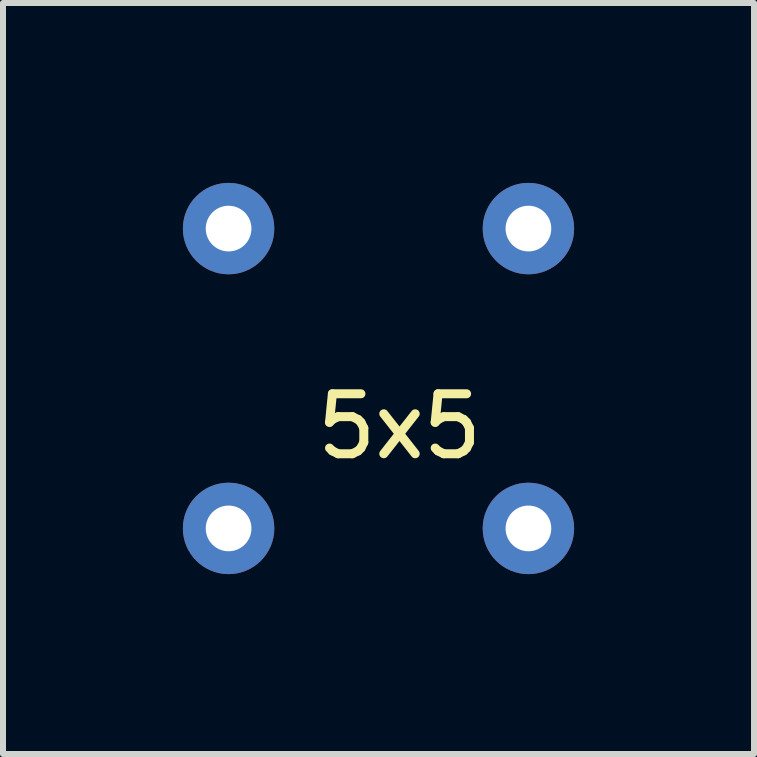
<source format=kicad_pcb>
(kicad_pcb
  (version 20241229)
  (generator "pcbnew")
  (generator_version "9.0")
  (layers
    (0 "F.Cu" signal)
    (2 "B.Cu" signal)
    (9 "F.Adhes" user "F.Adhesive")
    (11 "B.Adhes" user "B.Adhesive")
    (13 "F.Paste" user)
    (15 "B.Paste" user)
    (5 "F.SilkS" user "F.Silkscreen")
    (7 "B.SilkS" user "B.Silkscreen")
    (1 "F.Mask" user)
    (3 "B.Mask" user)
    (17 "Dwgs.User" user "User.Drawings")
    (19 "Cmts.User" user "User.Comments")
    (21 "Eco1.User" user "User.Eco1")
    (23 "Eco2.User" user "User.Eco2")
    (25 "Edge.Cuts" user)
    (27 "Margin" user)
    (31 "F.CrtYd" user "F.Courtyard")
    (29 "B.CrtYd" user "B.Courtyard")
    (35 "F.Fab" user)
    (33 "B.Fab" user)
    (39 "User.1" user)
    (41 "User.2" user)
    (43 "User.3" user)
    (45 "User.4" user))
  (footprint "5x5"
    (layer "F.Cu")
    (at 5.762 0.762)
    (property "Reference" "5x5" (at -2.15 3.3 0) (layer "F.SilkS") (effects (font (size 1 1) (thickness 0.15))))
    (attr through_hole)
    (pad "1" thru_hole circle (at -5 0) (size 1.524 1.524) (drill 0.762) (layers "*.Cu" "*.Mask"))
    (pad "2" thru_hole circle (at 0 0) (size 1.524 1.524) (drill 0.762) (layers "*.Cu" "*.Mask"))
    (pad "3" thru_hole circle (at 0 5) (size 1.524 1.524) (drill 0.762) (layers "*.Cu" "*.Mask"))
    (pad "4" thru_hole circle (at -5 5) (size 1.524 1.524) (drill 0.762) (layers "*.Cu" "*.Mask")))
  (gr_rect
    (start -3 -3)
    (end 9.524 9.524)
    (stroke (width 0.1) (type default))
    (fill no)
    (layer "Edge.Cuts")))
</source>
